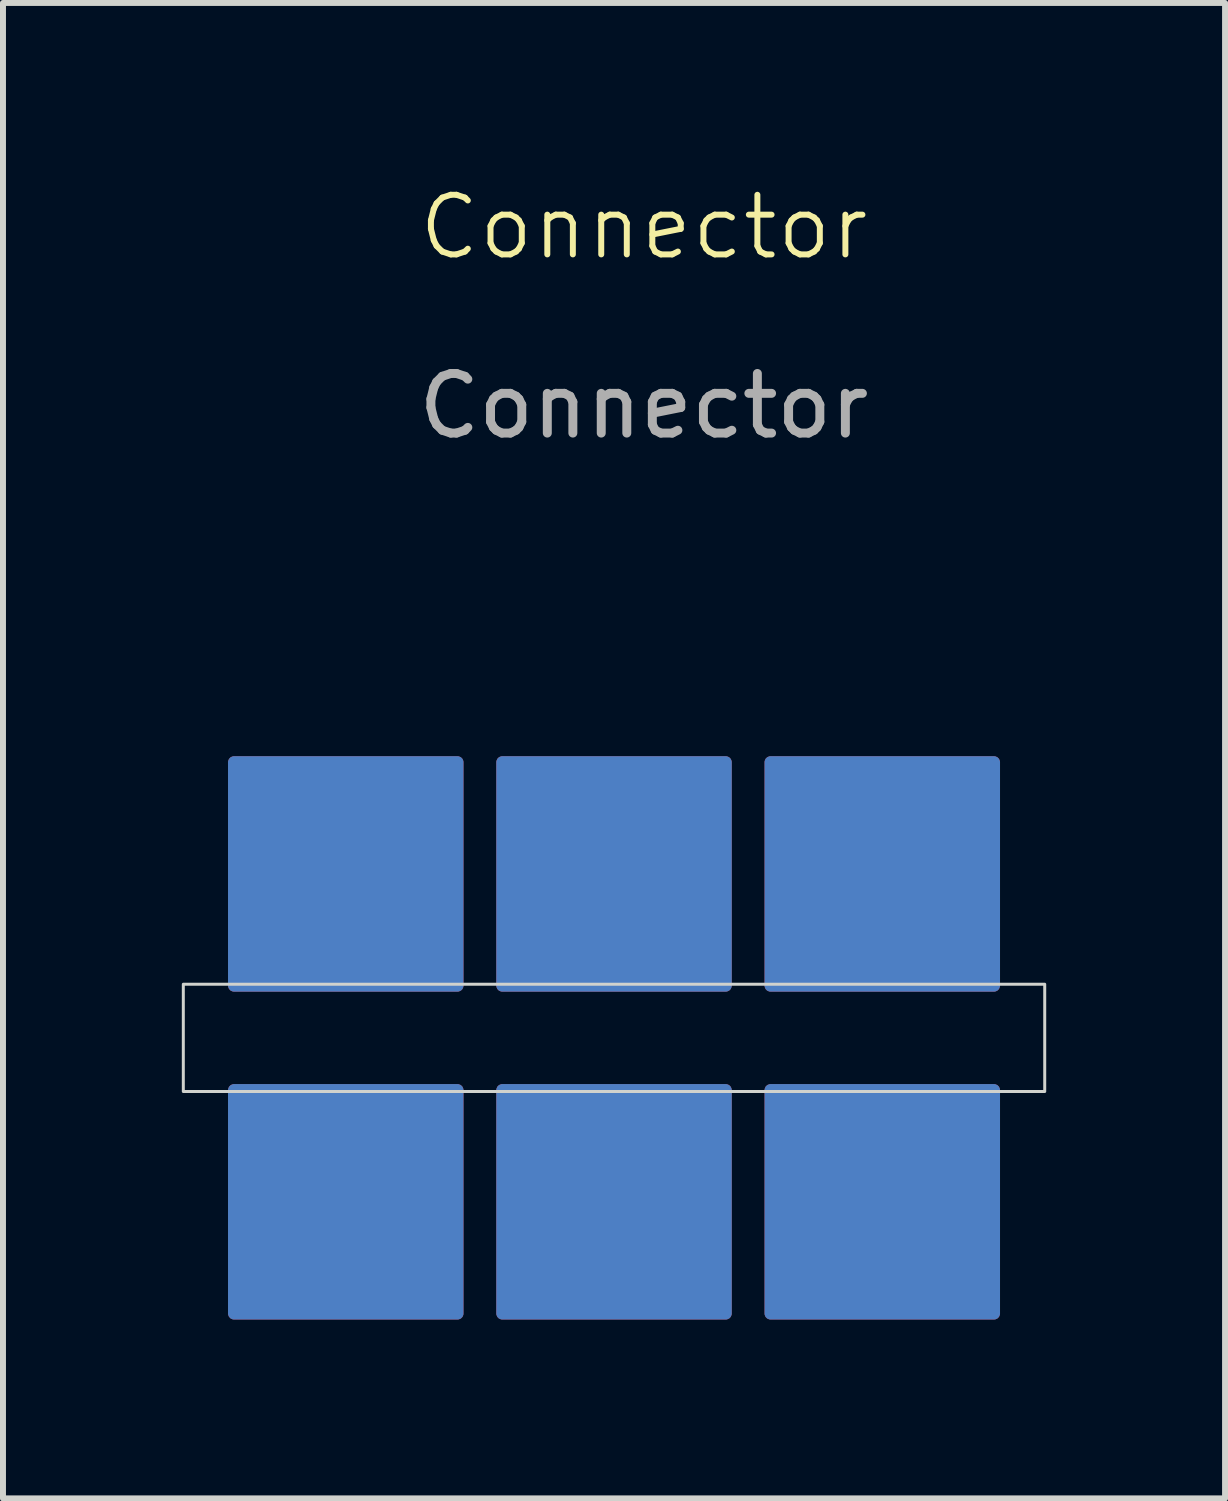
<source format=kicad_pcb>
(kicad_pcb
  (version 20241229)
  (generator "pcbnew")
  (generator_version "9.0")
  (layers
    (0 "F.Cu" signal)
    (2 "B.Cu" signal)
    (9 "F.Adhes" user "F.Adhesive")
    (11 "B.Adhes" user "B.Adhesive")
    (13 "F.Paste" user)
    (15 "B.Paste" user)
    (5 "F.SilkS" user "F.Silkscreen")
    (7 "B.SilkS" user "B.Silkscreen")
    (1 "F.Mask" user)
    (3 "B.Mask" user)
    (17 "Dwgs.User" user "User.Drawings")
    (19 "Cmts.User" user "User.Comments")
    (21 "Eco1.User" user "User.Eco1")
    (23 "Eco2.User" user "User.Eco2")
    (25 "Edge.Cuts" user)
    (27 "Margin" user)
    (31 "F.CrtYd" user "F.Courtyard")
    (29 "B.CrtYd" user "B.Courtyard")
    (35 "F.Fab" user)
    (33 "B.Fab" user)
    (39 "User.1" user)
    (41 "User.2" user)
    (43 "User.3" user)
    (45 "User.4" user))
  (footprint "Connector"
    (layer "F.Cu")
    (at 7.75 1.26)
    (property "Reference" "Connector" (at 0 -0.5 0) (unlocked yes) (layer "F.SilkS") (effects (font (size 1 1) (thickness 0.1))))
    (attr smd)
    (fp_rect (start -7.725 12.2) (end 6.725 14) (stroke (width 0.05) (type default)) (fill no) (layer "Edge.Cuts"))
    (fp_text user "${REFERENCE}" (at 0 2.5 0) (unlocked yes) (layer "F.Fab") (effects (font (size 1 1) (thickness 0.15))))
    (pad "1" smd custom (at -5 15.85) (size 1.905 1.27) (layers "F.Cu" "F.Mask") (options (anchor rect)) (primitives (gr_rect (start -1.875 -1.875) (end 1.875 1.875) (width 0.2) (fill yes))))
    (pad "1" smd custom (at -5 15.85) (size 1.905 1.27) (layers "B.Cu" "B.Mask") (options (anchor rect)) (primitives (gr_rect (start -1.875 -1.875) (end 1.875 1.875) (width 0.2) (fill yes))))
    (pad "2" smd custom (at -0.5 15.85) (size 1.905 1.27) (layers "F.Cu" "F.Mask") (options (anchor rect)) (primitives (gr_rect (start -1.875 -1.875) (end 1.875 1.875) (width 0.2) (fill yes))))
    (pad "2" smd custom (at -0.5 15.85) (size 1.905 1.27) (layers "B.Cu" "B.Mask") (options (anchor rect)) (primitives (gr_rect (start -1.875 -1.875) (end 1.875 1.875) (width 0.2) (fill yes))))
    (pad "3" smd custom (at 4 15.85) (size 1.905 1.27) (layers "F.Cu" "F.Mask") (options (anchor rect)) (primitives (gr_rect (start -1.875 -1.875) (end 1.875 1.875) (width 0.2) (fill yes))))
    (pad "3" smd custom (at 4 15.85) (size 1.905 1.27) (layers "B.Cu" "B.Mask") (options (anchor rect)) (primitives (gr_rect (start -1.875 -1.875) (end 1.875 1.875) (width 0.2) (fill yes))))
    (pad "4" smd custom (at -5 10.35) (size 1.905 1.27) (layers "F.Cu" "F.Mask") (options (anchor rect)) (primitives (gr_rect (start -1.875 -1.875) (end 1.875 1.875) (width 0.2) (fill yes))))
    (pad "4" smd custom (at -5 10.35) (size 1.905 1.27) (layers "B.Cu" "B.Mask") (options (anchor rect)) (primitives (gr_rect (start -1.875 -1.875) (end 1.875 1.875) (width 0.2) (fill yes))))
    (pad "5" smd custom (at -0.5 10.35) (size 1.905 1.27) (layers "F.Cu" "F.Mask") (options (anchor rect)) (primitives (gr_rect (start -1.875 -1.875) (end 1.875 1.875) (width 0.2) (fill yes))))
    (pad "5" smd custom (at -0.5 10.35) (size 1.905 1.27) (layers "B.Cu" "B.Mask") (options (anchor rect)) (primitives (gr_rect (start -1.875 -1.875) (end 1.875 1.875) (width 0.2) (fill yes))))
    (pad "6" smd custom (at 4 10.35) (size 1.905 1.27) (layers "F.Cu" "F.Mask") (options (anchor rect)) (primitives (gr_rect (start -1.875 -1.875) (end 1.875 1.875) (width 0.2) (fill yes))))
    (pad "6" smd custom (at 4 10.35) (size 1.905 1.27) (layers "B.Cu" "B.Mask") (options (anchor rect)) (primitives (gr_rect (start -1.875 -1.875) (end 1.875 1.875) (width 0.2) (fill yes)))))
  (gr_rect
    (start -3 -3)
    (end 17.5 22.085)
    (stroke (width 0.1) (type default))
    (fill no)
    (layer "Edge.Cuts")))
</source>
